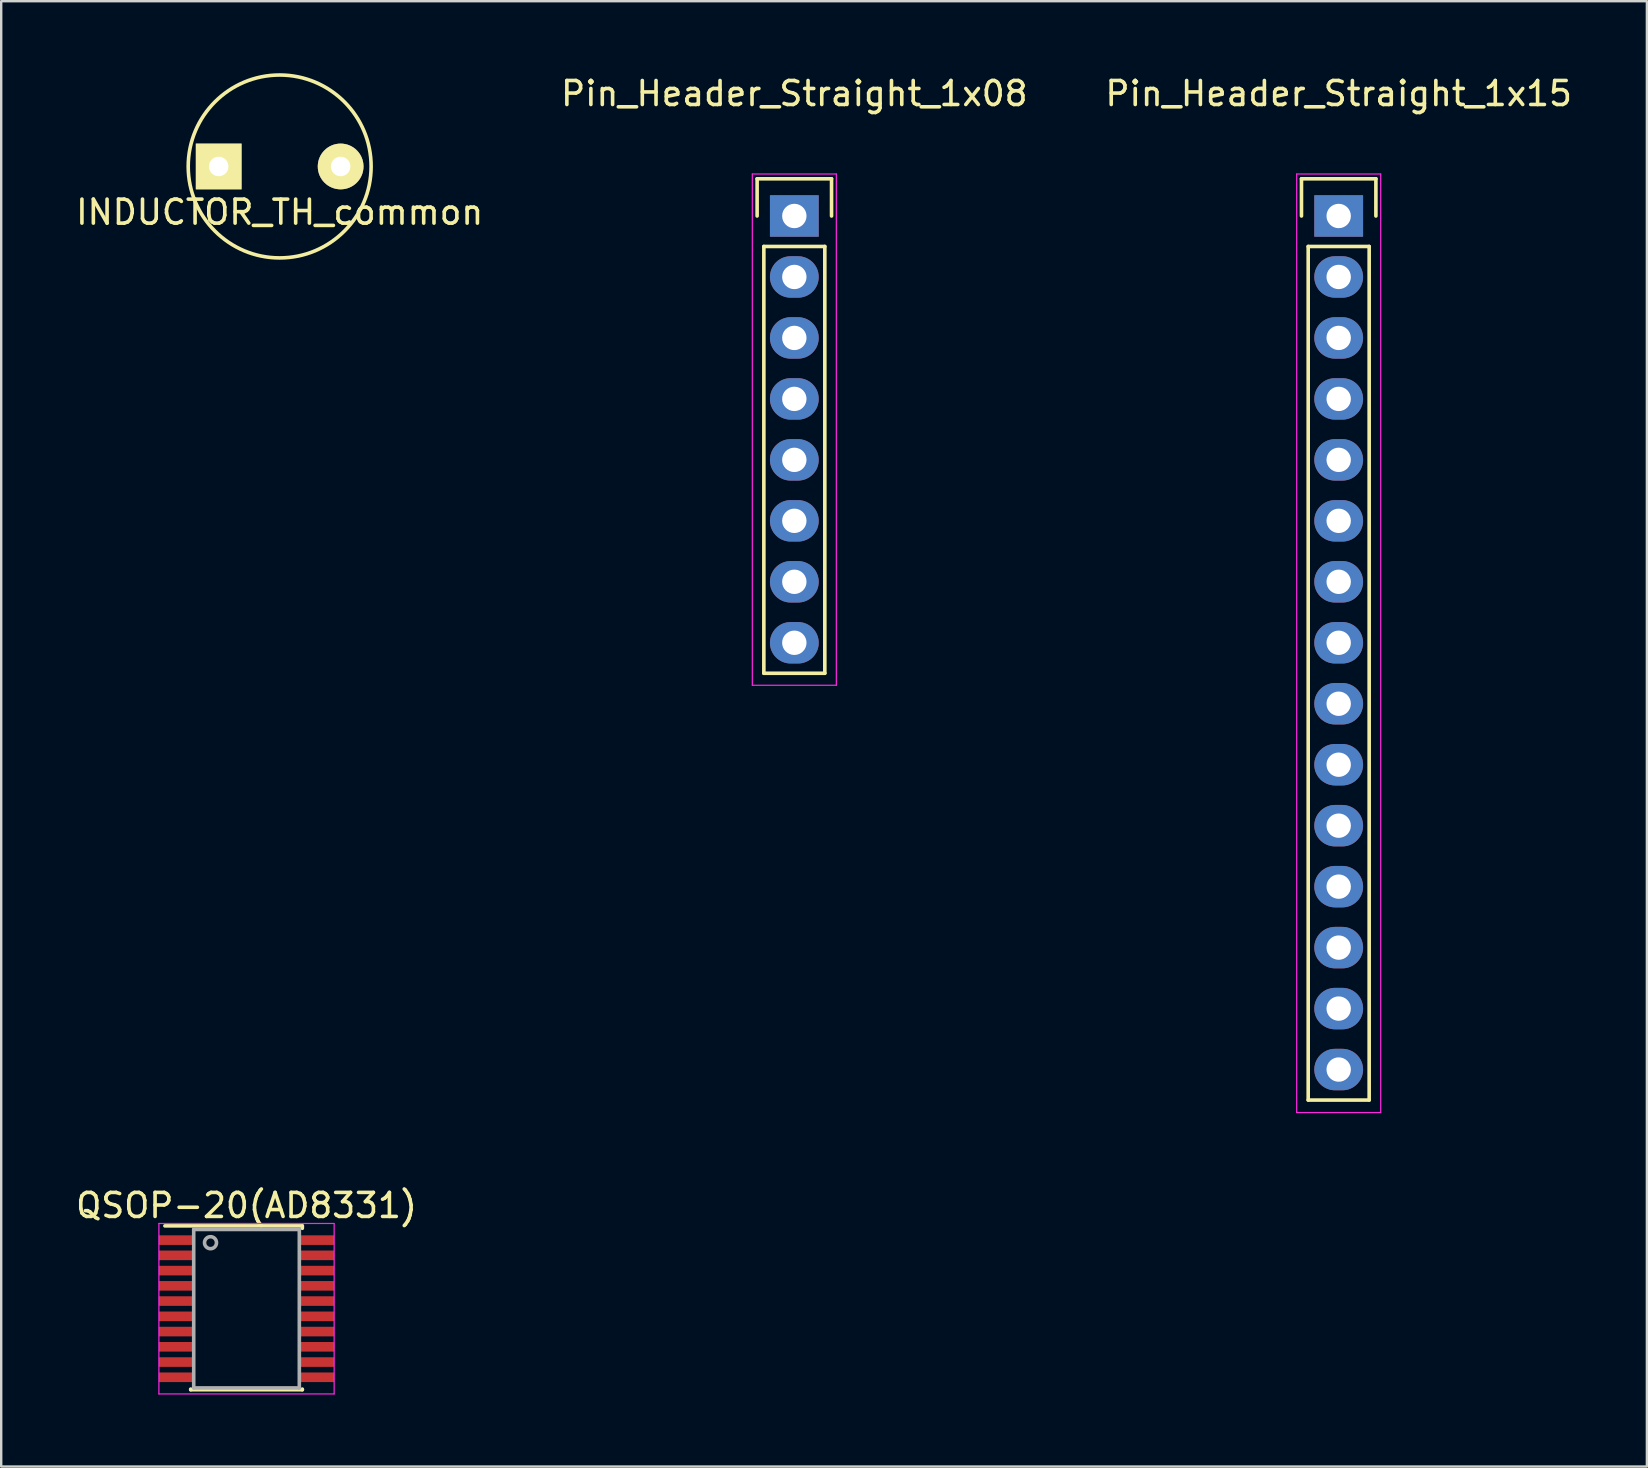
<source format=kicad_pcb>
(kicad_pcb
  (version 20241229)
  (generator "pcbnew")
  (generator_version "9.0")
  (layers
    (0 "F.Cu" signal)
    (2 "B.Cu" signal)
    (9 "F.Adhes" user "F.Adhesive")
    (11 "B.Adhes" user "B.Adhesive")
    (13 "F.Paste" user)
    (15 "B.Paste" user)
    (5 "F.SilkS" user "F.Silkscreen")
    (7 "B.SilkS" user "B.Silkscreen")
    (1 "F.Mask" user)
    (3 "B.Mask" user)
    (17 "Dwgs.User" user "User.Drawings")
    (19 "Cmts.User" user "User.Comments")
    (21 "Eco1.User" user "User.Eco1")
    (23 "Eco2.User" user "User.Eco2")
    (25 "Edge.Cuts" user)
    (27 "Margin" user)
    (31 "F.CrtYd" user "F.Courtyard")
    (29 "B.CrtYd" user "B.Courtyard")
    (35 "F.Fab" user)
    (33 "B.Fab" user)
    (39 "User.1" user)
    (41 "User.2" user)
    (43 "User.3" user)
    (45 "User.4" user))
  (footprint "Pin_Header_Straight_1x15"
    (layer "F.Cu")
    (at 52.72 5.948)
    (property "Reference" "Pin_Header_Straight_1x15" (at 0 -5.1 0) (layer "F.SilkS") (effects (font (size 1 1) (thickness 0.15))))
    (attr smd)
    (fp_line (start -1.55 -1.55) (end 1.55 -1.55) (stroke (width 0.15) (type solid)) (layer "F.SilkS"))
    (fp_line (start -1.55 0) (end -1.55 -1.55) (stroke (width 0.15) (type solid)) (layer "F.SilkS"))
    (fp_line (start -1.27 1.27) (end -1.27 36.83) (stroke (width 0.15) (type solid)) (layer "F.SilkS"))
    (fp_line (start -1.27 36.83) (end 1.27 36.83) (stroke (width 0.15) (type solid)) (layer "F.SilkS"))
    (fp_line (start 1.27 1.27) (end -1.27 1.27) (stroke (width 0.15) (type solid)) (layer "F.SilkS"))
    (fp_line (start 1.27 36.83) (end 1.27 1.27) (stroke (width 0.15) (type solid)) (layer "F.SilkS"))
    (fp_line (start 1.55 -1.55) (end 1.55 0) (stroke (width 0.15) (type solid)) (layer "F.SilkS"))
    (fp_line (start -1.75 -1.75) (end -1.75 37.35) (stroke (width 0.05) (type solid)) (layer "F.CrtYd"))
    (fp_line (start -1.75 -1.75) (end 1.75 -1.75) (stroke (width 0.05) (type solid)) (layer "F.CrtYd"))
    (fp_line (start -1.75 37.35) (end 1.75 37.35) (stroke (width 0.05) (type solid)) (layer "F.CrtYd"))
    (fp_line (start 1.75 -1.75) (end 1.75 37.35) (stroke (width 0.05) (type solid)) (layer "F.CrtYd"))
    (pad "1" thru_hole rect (at 0 0) (size 2.032 1.727) (drill 1.016) (layers "*.Cu" "*.Mask"))
    (pad "2" thru_hole oval (at 0 2.54) (size 2.032 1.727) (drill 1.016) (layers "*.Cu" "*.Mask"))
    (pad "3" thru_hole oval (at 0 5.08) (size 2.032 1.727) (drill 1.016) (layers "*.Cu" "*.Mask"))
    (pad "4" thru_hole oval (at 0 7.62) (size 2.032 1.727) (drill 1.016) (layers "*.Cu" "*.Mask"))
    (pad "5" thru_hole oval (at 0 10.16) (size 2.032 1.727) (drill 1.016) (layers "*.Cu" "*.Mask"))
    (pad "6" thru_hole oval (at 0 12.7) (size 2.032 1.727) (drill 1.016) (layers "*.Cu" "*.Mask"))
    (pad "7" thru_hole oval (at 0 15.24) (size 2.032 1.727) (drill 1.016) (layers "*.Cu" "*.Mask"))
    (pad "8" thru_hole oval (at 0 17.78) (size 2.032 1.727) (drill 1.016) (layers "*.Cu" "*.Mask"))
    (pad "9" thru_hole oval (at 0 20.32) (size 2.032 1.727) (drill 1.016) (layers "*.Cu" "*.Mask"))
    (pad "10" thru_hole oval (at 0 22.86) (size 2.032 1.727) (drill 1.016) (layers "*.Cu" "*.Mask"))
    (pad "11" thru_hole oval (at 0 25.4) (size 2.032 1.727) (drill 1.016) (layers "*.Cu" "*.Mask"))
    (pad "12" thru_hole oval (at 0 27.94) (size 2.032 1.727) (drill 1.016) (layers "*.Cu" "*.Mask"))
    (pad "13" thru_hole oval (at 0 30.48) (size 2.032 1.727) (drill 1.016) (layers "*.Cu" "*.Mask"))
    (pad "14" thru_hole oval (at 0 33.02) (size 2.032 1.727) (drill 1.016) (layers "*.Cu" "*.Mask"))
    (pad "15" thru_hole oval (at 0 35.56) (size 2.032 1.727) (drill 1.016) (layers "*.Cu" "*.Mask")))
  (footprint "INDUCTOR_TH_common"
    (layer "F.Cu")
    (at 8.601 3.885)
    (property "Reference" "INDUCTOR_TH_common" (at 0 1.905 0) (layer "F.SilkS") (effects (font (size 1 1) (thickness 0.15))))
    (attr smd)
    (fp_circle (center 0 0) (end 3.81 0) (stroke (width 0.15) (type solid)) (fill no) (layer "F.SilkS"))
    (pad "1" thru_hole rect (at -2.54 0) (size 1.905 1.905) (drill 0.813) (layers "*.Cu" "*.Mask" "F.SilkS"))
    (pad "2" thru_hole circle (at 2.54 0) (size 1.905 1.905) (drill 0.813) (layers "*.Cu" "*.Mask" "F.SilkS")))
  (footprint "Pin_Header_Straight_1x08"
    (layer "F.Cu")
    (at 30.042 5.948)
    (property "Reference" "Pin_Header_Straight_1x08" (at 0 -5.1 0) (layer "F.SilkS") (effects (font (size 1 1) (thickness 0.15))))
    (attr smd)
    (fp_line (start -1.55 -1.55) (end 1.55 -1.55) (stroke (width 0.15) (type solid)) (layer "F.SilkS"))
    (fp_line (start -1.55 0) (end -1.55 -1.55) (stroke (width 0.15) (type solid)) (layer "F.SilkS"))
    (fp_line (start -1.27 19.05) (end -1.27 1.27) (stroke (width 0.15) (type solid)) (layer "F.SilkS"))
    (fp_line (start 1.27 1.27) (end -1.27 1.27) (stroke (width 0.15) (type solid)) (layer "F.SilkS"))
    (fp_line (start 1.27 1.27) (end 1.27 19.05) (stroke (width 0.15) (type solid)) (layer "F.SilkS"))
    (fp_line (start 1.27 19.05) (end -1.27 19.05) (stroke (width 0.15) (type solid)) (layer "F.SilkS"))
    (fp_line (start 1.55 -1.55) (end 1.55 0) (stroke (width 0.15) (type solid)) (layer "F.SilkS"))
    (fp_line (start -1.75 -1.75) (end -1.75 19.55) (stroke (width 0.05) (type solid)) (layer "F.CrtYd"))
    (fp_line (start -1.75 -1.75) (end 1.75 -1.75) (stroke (width 0.05) (type solid)) (layer "F.CrtYd"))
    (fp_line (start -1.75 19.55) (end 1.75 19.55) (stroke (width 0.05) (type solid)) (layer "F.CrtYd"))
    (fp_line (start 1.75 -1.75) (end 1.75 19.55) (stroke (width 0.05) (type solid)) (layer "F.CrtYd"))
    (pad "1" thru_hole rect (at 0 0) (size 2.032 1.727) (drill 1.016) (layers "*.Cu" "*.Mask"))
    (pad "2" thru_hole oval (at 0 2.54) (size 2.032 1.727) (drill 1.016) (layers "*.Cu" "*.Mask"))
    (pad "3" thru_hole oval (at 0 5.08) (size 2.032 1.727) (drill 1.016) (layers "*.Cu" "*.Mask"))
    (pad "4" thru_hole oval (at 0 7.62) (size 2.032 1.727) (drill 1.016) (layers "*.Cu" "*.Mask"))
    (pad "5" thru_hole oval (at 0 10.16) (size 2.032 1.727) (drill 1.016) (layers "*.Cu" "*.Mask"))
    (pad "6" thru_hole oval (at 0 12.7) (size 2.032 1.727) (drill 1.016) (layers "*.Cu" "*.Mask"))
    (pad "7" thru_hole oval (at 0 15.24) (size 2.032 1.727) (drill 1.016) (layers "*.Cu" "*.Mask"))
    (pad "8" thru_hole oval (at 0 17.78) (size 2.032 1.727) (drill 1.016) (layers "*.Cu" "*.Mask")))
  (footprint "QSOP-20(AD8331)"
    (layer "F.Cu")
    (at 7.22 51.471)
    (property "Reference" "QSOP-20(AD8331)" (at 0 -4.3 0) (layer "F.SilkS") (effects (font (size 1 1) (thickness 0.15))))
    (attr smd)
    (fp_line (start -3.4 -3.45) (end 2.325 -3.45) (stroke (width 0.15) (type solid)) (layer "F.SilkS"))
    (fp_line (start -2.325 3.375) (end -2.325 3.35) (stroke (width 0.15) (type solid)) (layer "F.SilkS"))
    (fp_line (start -2.325 3.375) (end 2.325 3.375) (stroke (width 0.15) (type solid)) (layer "F.SilkS"))
    (fp_line (start 2.325 -3.45) (end 2.325 -3.35) (stroke (width 0.15) (type solid)) (layer "F.SilkS"))
    (fp_line (start 2.325 3.375) (end 2.325 3.35) (stroke (width 0.15) (type solid)) (layer "F.SilkS"))
    (fp_line (start -3.65 -3.55) (end -3.65 3.55) (stroke (width 0.05) (type solid)) (layer "F.CrtYd"))
    (fp_line (start -3.65 -3.55) (end 3.65 -3.55) (stroke (width 0.05) (type solid)) (layer "F.CrtYd"))
    (fp_line (start -3.65 3.55) (end 3.65 3.55) (stroke (width 0.05) (type solid)) (layer "F.CrtYd"))
    (fp_line (start 3.65 -3.55) (end 3.65 3.55) (stroke (width 0.05) (type solid)) (layer "F.CrtYd"))
    (fp_line (start -2.2 -3.3) (end 2.2 -3.3) (stroke (width 0.15) (type solid)) (layer "F.Fab"))
    (fp_line (start -2.2 3.3) (end -2.2 -3.3) (stroke (width 0.15) (type solid)) (layer "F.Fab"))
    (fp_line (start 2.2 -3.3) (end 2.2 3.3) (stroke (width 0.15) (type solid)) (layer "F.Fab"))
    (fp_line (start 2.2 3.3) (end -2.2 3.3) (stroke (width 0.15) (type solid)) (layer "F.Fab"))
    (fp_circle (center -1.5 -2.75) (end -1.75 -2.75) (stroke (width 0.15) (type solid)) (fill no) (layer "F.Fab"))
    (pad "1" smd rect (at -2.9 -2.857) (size 1.5 0.4) (layers "F.Cu" "F.Mask" "F.Paste"))
    (pad "2" smd rect (at -2.9 -2.223) (size 1.5 0.4) (layers "F.Cu" "F.Mask" "F.Paste"))
    (pad "3" smd rect (at -2.9 -1.587) (size 1.5 0.4) (layers "F.Cu" "F.Mask" "F.Paste"))
    (pad "4" smd rect (at -2.9 -0.953) (size 1.5 0.4) (layers "F.Cu" "F.Mask" "F.Paste"))
    (pad "5" smd rect (at -2.9 -0.318) (size 1.5 0.4) (layers "F.Cu" "F.Mask" "F.Paste"))
    (pad "6" smd rect (at -2.9 0.318) (size 1.5 0.4) (layers "F.Cu" "F.Mask" "F.Paste"))
    (pad "7" smd rect (at -2.9 0.953) (size 1.5 0.4) (layers "F.Cu" "F.Mask" "F.Paste"))
    (pad "8" smd rect (at -2.9 1.587) (size 1.5 0.4) (layers "F.Cu" "F.Mask" "F.Paste"))
    (pad "9" smd rect (at -2.9 2.223) (size 1.5 0.4) (layers "F.Cu" "F.Mask" "F.Paste"))
    (pad "10" smd rect (at -2.9 2.857) (size 1.5 0.4) (layers "F.Cu" "F.Mask" "F.Paste"))
    (pad "11" smd rect (at 2.9 2.857) (size 1.5 0.4) (layers "F.Cu" "F.Mask" "F.Paste"))
    (pad "12" smd rect (at 2.9 2.223) (size 1.5 0.4) (layers "F.Cu" "F.Mask" "F.Paste"))
    (pad "13" smd rect (at 2.9 1.587) (size 1.5 0.4) (layers "F.Cu" "F.Mask" "F.Paste"))
    (pad "14" smd rect (at 2.9 0.953) (size 1.5 0.4) (layers "F.Cu" "F.Mask" "F.Paste"))
    (pad "15" smd rect (at 2.9 0.318) (size 1.5 0.4) (layers "F.Cu" "F.Mask" "F.Paste"))
    (pad "16" smd rect (at 2.9 -0.318) (size 1.5 0.4) (layers "F.Cu" "F.Mask" "F.Paste"))
    (pad "17" smd rect (at 2.9 -0.953) (size 1.5 0.4) (layers "F.Cu" "F.Mask" "F.Paste"))
    (pad "18" smd rect (at 2.9 -1.587) (size 1.5 0.4) (layers "F.Cu" "F.Mask" "F.Paste"))
    (pad "19" smd rect (at 2.9 -2.223) (size 1.5 0.4) (layers "F.Cu" "F.Mask" "F.Paste"))
    (pad "20" smd rect (at 2.9 -2.857) (size 1.5 0.4) (layers "F.Cu" "F.Mask" "F.Paste")))
  (gr_rect
    (start -3 -3)
    (end 65.56 58.047)
    (stroke (width 0.1) (type default))
    (fill no)
    (layer "Edge.Cuts")))
</source>
